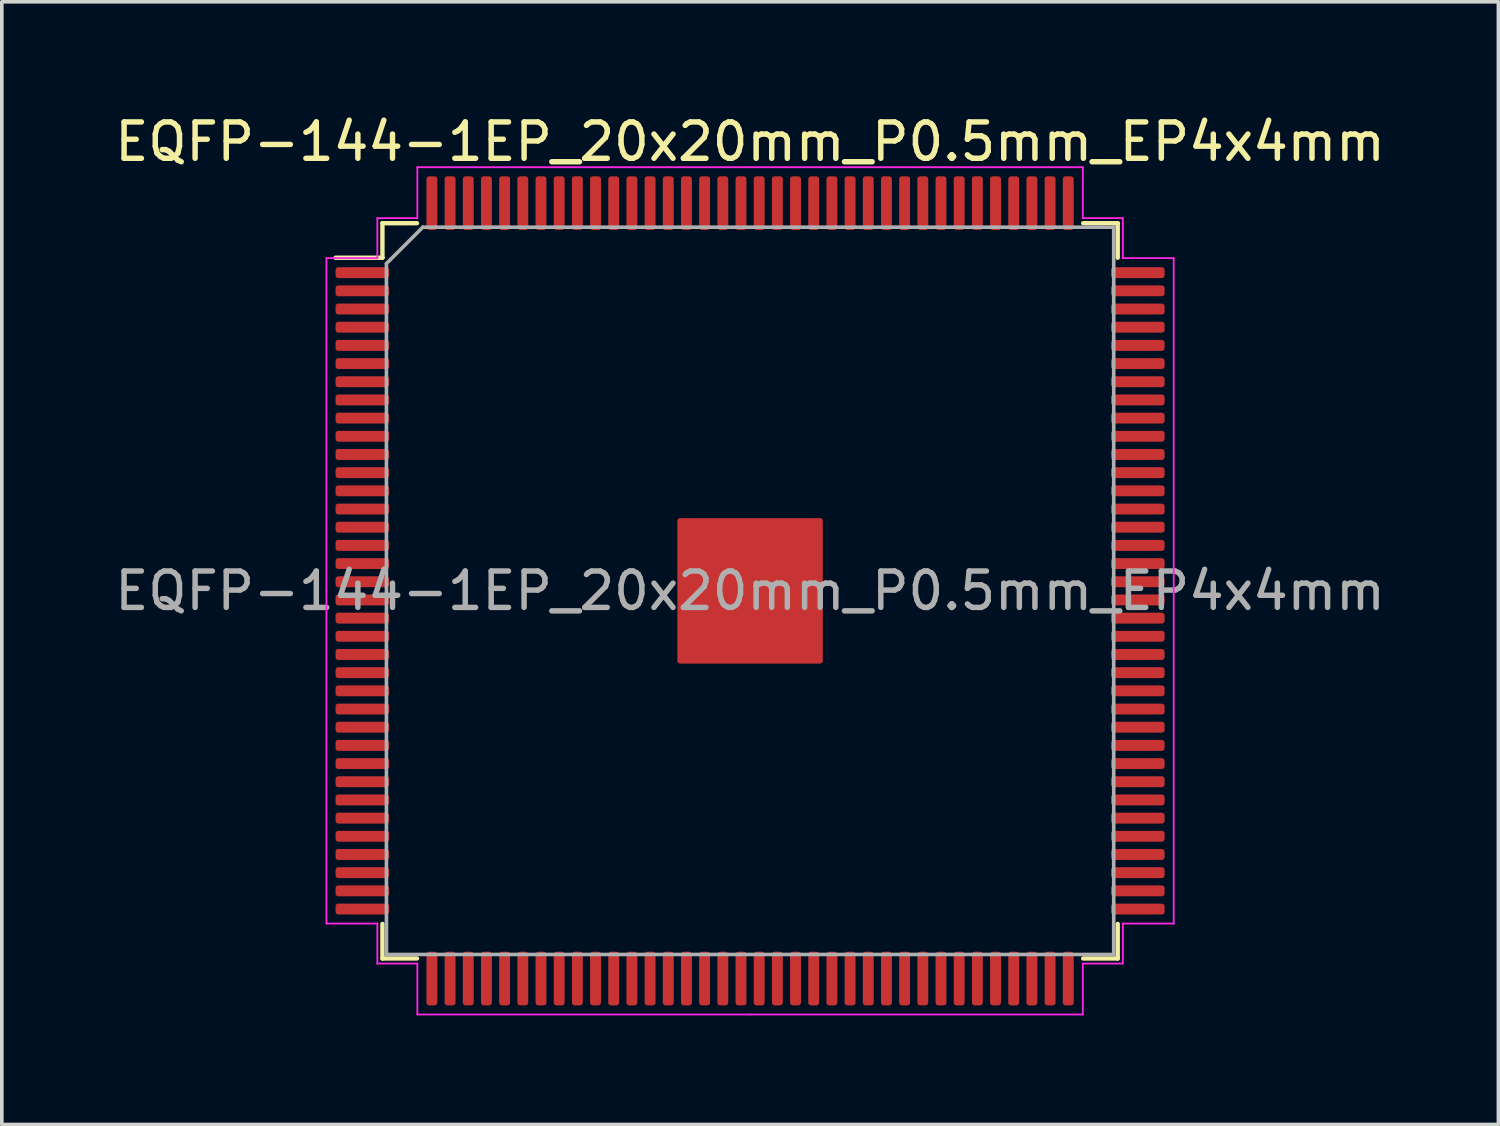
<source format=kicad_pcb>
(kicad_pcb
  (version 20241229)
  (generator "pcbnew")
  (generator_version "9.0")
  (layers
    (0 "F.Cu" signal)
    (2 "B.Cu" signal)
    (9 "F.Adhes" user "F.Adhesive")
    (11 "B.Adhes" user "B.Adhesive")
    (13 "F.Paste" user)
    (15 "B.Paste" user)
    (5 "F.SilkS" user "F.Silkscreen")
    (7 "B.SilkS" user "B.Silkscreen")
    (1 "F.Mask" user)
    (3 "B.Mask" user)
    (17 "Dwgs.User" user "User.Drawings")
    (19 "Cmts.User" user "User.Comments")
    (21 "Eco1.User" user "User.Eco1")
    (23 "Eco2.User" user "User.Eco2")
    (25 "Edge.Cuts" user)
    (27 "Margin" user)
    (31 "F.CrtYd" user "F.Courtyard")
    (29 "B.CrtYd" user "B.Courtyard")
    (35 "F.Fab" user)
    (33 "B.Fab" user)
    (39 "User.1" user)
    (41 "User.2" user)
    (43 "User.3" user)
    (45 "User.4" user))
  (footprint "EQFP-144-1EP_20x20mm_P0.5mm_EP4x4mm"
    (layer "F.Cu")
    (at 17.577 13.198)
    (property "Reference" "EQFP-144-1EP_20x20mm_P0.5mm_EP4x4mm" (at 0 -12.35 0) (layer "F.SilkS") (effects (font (size 1 1) (thickness 0.15))))
    (attr smd)
    (fp_line (start -10.11 -10.11) (end -10.11 -9.16) (stroke (width 0.12) (type solid)) (layer "F.SilkS"))
    (fp_line (start -10.11 -9.16) (end -11.4 -9.16) (stroke (width 0.12) (type solid)) (layer "F.SilkS"))
    (fp_line (start -10.11 10.11) (end -10.11 9.16) (stroke (width 0.12) (type solid)) (layer "F.SilkS"))
    (fp_line (start -9.16 -10.11) (end -10.11 -10.11) (stroke (width 0.12) (type solid)) (layer "F.SilkS"))
    (fp_line (start -9.16 10.11) (end -10.11 10.11) (stroke (width 0.12) (type solid)) (layer "F.SilkS"))
    (fp_line (start 9.16 -10.11) (end 10.11 -10.11) (stroke (width 0.12) (type solid)) (layer "F.SilkS"))
    (fp_line (start 9.16 10.11) (end 10.11 10.11) (stroke (width 0.12) (type solid)) (layer "F.SilkS"))
    (fp_line (start 10.11 -10.11) (end 10.11 -9.16) (stroke (width 0.12) (type solid)) (layer "F.SilkS"))
    (fp_line (start 10.11 10.11) (end 10.11 9.16) (stroke (width 0.12) (type solid)) (layer "F.SilkS"))
    (fp_line (start -11.65 -9.15) (end -11.65 0) (stroke (width 0.05) (type solid)) (layer "F.CrtYd"))
    (fp_line (start -11.65 9.15) (end -11.65 0) (stroke (width 0.05) (type solid)) (layer "F.CrtYd"))
    (fp_line (start -10.25 -10.25) (end -10.25 -9.15) (stroke (width 0.05) (type solid)) (layer "F.CrtYd"))
    (fp_line (start -10.25 -9.15) (end -11.65 -9.15) (stroke (width 0.05) (type solid)) (layer "F.CrtYd"))
    (fp_line (start -10.25 9.15) (end -11.65 9.15) (stroke (width 0.05) (type solid)) (layer "F.CrtYd"))
    (fp_line (start -10.25 10.25) (end -10.25 9.15) (stroke (width 0.05) (type solid)) (layer "F.CrtYd"))
    (fp_line (start -9.15 -11.65) (end -9.15 -10.25) (stroke (width 0.05) (type solid)) (layer "F.CrtYd"))
    (fp_line (start -9.15 -10.25) (end -10.25 -10.25) (stroke (width 0.05) (type solid)) (layer "F.CrtYd"))
    (fp_line (start -9.15 10.25) (end -10.25 10.25) (stroke (width 0.05) (type solid)) (layer "F.CrtYd"))
    (fp_line (start -9.15 11.65) (end -9.15 10.25) (stroke (width 0.05) (type solid)) (layer "F.CrtYd"))
    (fp_line (start 0 -11.65) (end -9.15 -11.65) (stroke (width 0.05) (type solid)) (layer "F.CrtYd"))
    (fp_line (start 0 -11.65) (end 9.15 -11.65) (stroke (width 0.05) (type solid)) (layer "F.CrtYd"))
    (fp_line (start 0 11.65) (end -9.15 11.65) (stroke (width 0.05) (type solid)) (layer "F.CrtYd"))
    (fp_line (start 0 11.65) (end 9.15 11.65) (stroke (width 0.05) (type solid)) (layer "F.CrtYd"))
    (fp_line (start 9.15 -11.65) (end 9.15 -10.25) (stroke (width 0.05) (type solid)) (layer "F.CrtYd"))
    (fp_line (start 9.15 -10.25) (end 10.25 -10.25) (stroke (width 0.05) (type solid)) (layer "F.CrtYd"))
    (fp_line (start 9.15 10.25) (end 10.25 10.25) (stroke (width 0.05) (type solid)) (layer "F.CrtYd"))
    (fp_line (start 9.15 11.65) (end 9.15 10.25) (stroke (width 0.05) (type solid)) (layer "F.CrtYd"))
    (fp_line (start 10.25 -10.25) (end 10.25 -9.15) (stroke (width 0.05) (type solid)) (layer "F.CrtYd"))
    (fp_line (start 10.25 -9.15) (end 11.65 -9.15) (stroke (width 0.05) (type solid)) (layer "F.CrtYd"))
    (fp_line (start 10.25 9.15) (end 11.65 9.15) (stroke (width 0.05) (type solid)) (layer "F.CrtYd"))
    (fp_line (start 10.25 10.25) (end 10.25 9.15) (stroke (width 0.05) (type solid)) (layer "F.CrtYd"))
    (fp_line (start 11.65 -9.15) (end 11.65 0) (stroke (width 0.05) (type solid)) (layer "F.CrtYd"))
    (fp_line (start 11.65 9.15) (end 11.65 0) (stroke (width 0.05) (type solid)) (layer "F.CrtYd"))
    (fp_line (start -10 -9) (end -9 -10) (stroke (width 0.1) (type solid)) (layer "F.Fab"))
    (fp_line (start -10 10) (end -10 -9) (stroke (width 0.1) (type solid)) (layer "F.Fab"))
    (fp_line (start -9 -10) (end 10 -10) (stroke (width 0.1) (type solid)) (layer "F.Fab"))
    (fp_line (start 10 -10) (end 10 10) (stroke (width 0.1) (type solid)) (layer "F.Fab"))
    (fp_line (start 10 10) (end -10 10) (stroke (width 0.1) (type solid)) (layer "F.Fab"))
    (fp_text user "${REFERENCE}" (at 0 0 0) (layer "F.Fab") (effects (font (size 1 1) (thickness 0.15))))
    (pad "" smd roundrect (at -1.33 -1.33) (size 1.07 1.07) (layers "F.Paste") (roundrect_rratio 0.234))
    (pad "" smd roundrect (at -1.33 0) (size 1.07 1.07) (layers "F.Paste") (roundrect_rratio 0.234))
    (pad "" smd roundrect (at -1.33 1.33) (size 1.07 1.07) (layers "F.Paste") (roundrect_rratio 0.234))
    (pad "" smd roundrect (at 0 -1.33) (size 1.07 1.07) (layers "F.Paste") (roundrect_rratio 0.234))
    (pad "" smd roundrect (at 0 0) (size 1.07 1.07) (layers "F.Paste") (roundrect_rratio 0.234))
    (pad "" smd roundrect (at 0 1.33) (size 1.07 1.07) (layers "F.Paste") (roundrect_rratio 0.234))
    (pad "" smd roundrect (at 1.33 -1.33) (size 1.07 1.07) (layers "F.Paste") (roundrect_rratio 0.234))
    (pad "" smd roundrect (at 1.33 0) (size 1.07 1.07) (layers "F.Paste") (roundrect_rratio 0.234))
    (pad "" smd roundrect (at 1.33 1.33) (size 1.07 1.07) (layers "F.Paste") (roundrect_rratio 0.234))
    (pad "1" smd roundrect (at -10.662 -8.75) (size 1.475 0.3) (layers "F.Cu" "F.Mask" "F.Paste") (roundrect_rratio 0.25))
    (pad "2" smd roundrect (at -10.662 -8.25) (size 1.475 0.3) (layers "F.Cu" "F.Mask" "F.Paste") (roundrect_rratio 0.25))
    (pad "3" smd roundrect (at -10.662 -7.75) (size 1.475 0.3) (layers "F.Cu" "F.Mask" "F.Paste") (roundrect_rratio 0.25))
    (pad "4" smd roundrect (at -10.662 -7.25) (size 1.475 0.3) (layers "F.Cu" "F.Mask" "F.Paste") (roundrect_rratio 0.25))
    (pad "5" smd roundrect (at -10.662 -6.75) (size 1.475 0.3) (layers "F.Cu" "F.Mask" "F.Paste") (roundrect_rratio 0.25))
    (pad "6" smd roundrect (at -10.662 -6.25) (size 1.475 0.3) (layers "F.Cu" "F.Mask" "F.Paste") (roundrect_rratio 0.25))
    (pad "7" smd roundrect (at -10.662 -5.75) (size 1.475 0.3) (layers "F.Cu" "F.Mask" "F.Paste") (roundrect_rratio 0.25))
    (pad "8" smd roundrect (at -10.662 -5.25) (size 1.475 0.3) (layers "F.Cu" "F.Mask" "F.Paste") (roundrect_rratio 0.25))
    (pad "9" smd roundrect (at -10.662 -4.75) (size 1.475 0.3) (layers "F.Cu" "F.Mask" "F.Paste") (roundrect_rratio 0.25))
    (pad "10" smd roundrect (at -10.662 -4.25) (size 1.475 0.3) (layers "F.Cu" "F.Mask" "F.Paste") (roundrect_rratio 0.25))
    (pad "11" smd roundrect (at -10.662 -3.75) (size 1.475 0.3) (layers "F.Cu" "F.Mask" "F.Paste") (roundrect_rratio 0.25))
    (pad "12" smd roundrect (at -10.662 -3.25) (size 1.475 0.3) (layers "F.Cu" "F.Mask" "F.Paste") (roundrect_rratio 0.25))
    (pad "13" smd roundrect (at -10.662 -2.75) (size 1.475 0.3) (layers "F.Cu" "F.Mask" "F.Paste") (roundrect_rratio 0.25))
    (pad "14" smd roundrect (at -10.662 -2.25) (size 1.475 0.3) (layers "F.Cu" "F.Mask" "F.Paste") (roundrect_rratio 0.25))
    (pad "15" smd roundrect (at -10.662 -1.75) (size 1.475 0.3) (layers "F.Cu" "F.Mask" "F.Paste") (roundrect_rratio 0.25))
    (pad "16" smd roundrect (at -10.662 -1.25) (size 1.475 0.3) (layers "F.Cu" "F.Mask" "F.Paste") (roundrect_rratio 0.25))
    (pad "17" smd roundrect (at -10.662 -0.75) (size 1.475 0.3) (layers "F.Cu" "F.Mask" "F.Paste") (roundrect_rratio 0.25))
    (pad "18" smd roundrect (at -10.662 -0.25) (size 1.475 0.3) (layers "F.Cu" "F.Mask" "F.Paste") (roundrect_rratio 0.25))
    (pad "19" smd roundrect (at -10.662 0.25) (size 1.475 0.3) (layers "F.Cu" "F.Mask" "F.Paste") (roundrect_rratio 0.25))
    (pad "20" smd roundrect (at -10.662 0.75) (size 1.475 0.3) (layers "F.Cu" "F.Mask" "F.Paste") (roundrect_rratio 0.25))
    (pad "21" smd roundrect (at -10.662 1.25) (size 1.475 0.3) (layers "F.Cu" "F.Mask" "F.Paste") (roundrect_rratio 0.25))
    (pad "22" smd roundrect (at -10.662 1.75) (size 1.475 0.3) (layers "F.Cu" "F.Mask" "F.Paste") (roundrect_rratio 0.25))
    (pad "23" smd roundrect (at -10.662 2.25) (size 1.475 0.3) (layers "F.Cu" "F.Mask" "F.Paste") (roundrect_rratio 0.25))
    (pad "24" smd roundrect (at -10.662 2.75) (size 1.475 0.3) (layers "F.Cu" "F.Mask" "F.Paste") (roundrect_rratio 0.25))
    (pad "25" smd roundrect (at -10.662 3.25) (size 1.475 0.3) (layers "F.Cu" "F.Mask" "F.Paste") (roundrect_rratio 0.25))
    (pad "26" smd roundrect (at -10.662 3.75) (size 1.475 0.3) (layers "F.Cu" "F.Mask" "F.Paste") (roundrect_rratio 0.25))
    (pad "27" smd roundrect (at -10.662 4.25) (size 1.475 0.3) (layers "F.Cu" "F.Mask" "F.Paste") (roundrect_rratio 0.25))
    (pad "28" smd roundrect (at -10.662 4.75) (size 1.475 0.3) (layers "F.Cu" "F.Mask" "F.Paste") (roundrect_rratio 0.25))
    (pad "29" smd roundrect (at -10.662 5.25) (size 1.475 0.3) (layers "F.Cu" "F.Mask" "F.Paste") (roundrect_rratio 0.25))
    (pad "30" smd roundrect (at -10.662 5.75) (size 1.475 0.3) (layers "F.Cu" "F.Mask" "F.Paste") (roundrect_rratio 0.25))
    (pad "31" smd roundrect (at -10.662 6.25) (size 1.475 0.3) (layers "F.Cu" "F.Mask" "F.Paste") (roundrect_rratio 0.25))
    (pad "32" smd roundrect (at -10.662 6.75) (size 1.475 0.3) (layers "F.Cu" "F.Mask" "F.Paste") (roundrect_rratio 0.25))
    (pad "33" smd roundrect (at -10.662 7.25) (size 1.475 0.3) (layers "F.Cu" "F.Mask" "F.Paste") (roundrect_rratio 0.25))
    (pad "34" smd roundrect (at -10.662 7.75) (size 1.475 0.3) (layers "F.Cu" "F.Mask" "F.Paste") (roundrect_rratio 0.25))
    (pad "35" smd roundrect (at -10.662 8.25) (size 1.475 0.3) (layers "F.Cu" "F.Mask" "F.Paste") (roundrect_rratio 0.25))
    (pad "36" smd roundrect (at -10.662 8.75) (size 1.475 0.3) (layers "F.Cu" "F.Mask" "F.Paste") (roundrect_rratio 0.25))
    (pad "37" smd roundrect (at -8.75 10.662) (size 0.3 1.475) (layers "F.Cu" "F.Mask" "F.Paste") (roundrect_rratio 0.25))
    (pad "38" smd roundrect (at -8.25 10.662) (size 0.3 1.475) (layers "F.Cu" "F.Mask" "F.Paste") (roundrect_rratio 0.25))
    (pad "39" smd roundrect (at -7.75 10.662) (size 0.3 1.475) (layers "F.Cu" "F.Mask" "F.Paste") (roundrect_rratio 0.25))
    (pad "40" smd roundrect (at -7.25 10.662) (size 0.3 1.475) (layers "F.Cu" "F.Mask" "F.Paste") (roundrect_rratio 0.25))
    (pad "41" smd roundrect (at -6.75 10.662) (size 0.3 1.475) (layers "F.Cu" "F.Mask" "F.Paste") (roundrect_rratio 0.25))
    (pad "42" smd roundrect (at -6.25 10.662) (size 0.3 1.475) (layers "F.Cu" "F.Mask" "F.Paste") (roundrect_rratio 0.25))
    (pad "43" smd roundrect (at -5.75 10.662) (size 0.3 1.475) (layers "F.Cu" "F.Mask" "F.Paste") (roundrect_rratio 0.25))
    (pad "44" smd roundrect (at -5.25 10.662) (size 0.3 1.475) (layers "F.Cu" "F.Mask" "F.Paste") (roundrect_rratio 0.25))
    (pad "45" smd roundrect (at -4.75 10.662) (size 0.3 1.475) (layers "F.Cu" "F.Mask" "F.Paste") (roundrect_rratio 0.25))
    (pad "46" smd roundrect (at -4.25 10.662) (size 0.3 1.475) (layers "F.Cu" "F.Mask" "F.Paste") (roundrect_rratio 0.25))
    (pad "47" smd roundrect (at -3.75 10.662) (size 0.3 1.475) (layers "F.Cu" "F.Mask" "F.Paste") (roundrect_rratio 0.25))
    (pad "48" smd roundrect (at -3.25 10.662) (size 0.3 1.475) (layers "F.Cu" "F.Mask" "F.Paste") (roundrect_rratio 0.25))
    (pad "49" smd roundrect (at -2.75 10.662) (size 0.3 1.475) (layers "F.Cu" "F.Mask" "F.Paste") (roundrect_rratio 0.25))
    (pad "50" smd roundrect (at -2.25 10.662) (size 0.3 1.475) (layers "F.Cu" "F.Mask" "F.Paste") (roundrect_rratio 0.25))
    (pad "51" smd roundrect (at -1.75 10.662) (size 0.3 1.475) (layers "F.Cu" "F.Mask" "F.Paste") (roundrect_rratio 0.25))
    (pad "52" smd roundrect (at -1.25 10.662) (size 0.3 1.475) (layers "F.Cu" "F.Mask" "F.Paste") (roundrect_rratio 0.25))
    (pad "53" smd roundrect (at -0.75 10.662) (size 0.3 1.475) (layers "F.Cu" "F.Mask" "F.Paste") (roundrect_rratio 0.25))
    (pad "54" smd roundrect (at -0.25 10.662) (size 0.3 1.475) (layers "F.Cu" "F.Mask" "F.Paste") (roundrect_rratio 0.25))
    (pad "55" smd roundrect (at 0.25 10.662) (size 0.3 1.475) (layers "F.Cu" "F.Mask" "F.Paste") (roundrect_rratio 0.25))
    (pad "56" smd roundrect (at 0.75 10.662) (size 0.3 1.475) (layers "F.Cu" "F.Mask" "F.Paste") (roundrect_rratio 0.25))
    (pad "57" smd roundrect (at 1.25 10.662) (size 0.3 1.475) (layers "F.Cu" "F.Mask" "F.Paste") (roundrect_rratio 0.25))
    (pad "58" smd roundrect (at 1.75 10.662) (size 0.3 1.475) (layers "F.Cu" "F.Mask" "F.Paste") (roundrect_rratio 0.25))
    (pad "59" smd roundrect (at 2.25 10.662) (size 0.3 1.475) (layers "F.Cu" "F.Mask" "F.Paste") (roundrect_rratio 0.25))
    (pad "60" smd roundrect (at 2.75 10.662) (size 0.3 1.475) (layers "F.Cu" "F.Mask" "F.Paste") (roundrect_rratio 0.25))
    (pad "61" smd roundrect (at 3.25 10.662) (size 0.3 1.475) (layers "F.Cu" "F.Mask" "F.Paste") (roundrect_rratio 0.25))
    (pad "62" smd roundrect (at 3.75 10.662) (size 0.3 1.475) (layers "F.Cu" "F.Mask" "F.Paste") (roundrect_rratio 0.25))
    (pad "63" smd roundrect (at 4.25 10.662) (size 0.3 1.475) (layers "F.Cu" "F.Mask" "F.Paste") (roundrect_rratio 0.25))
    (pad "64" smd roundrect (at 4.75 10.662) (size 0.3 1.475) (layers "F.Cu" "F.Mask" "F.Paste") (roundrect_rratio 0.25))
    (pad "65" smd roundrect (at 5.25 10.662) (size 0.3 1.475) (layers "F.Cu" "F.Mask" "F.Paste") (roundrect_rratio 0.25))
    (pad "66" smd roundrect (at 5.75 10.662) (size 0.3 1.475) (layers "F.Cu" "F.Mask" "F.Paste") (roundrect_rratio 0.25))
    (pad "67" smd roundrect (at 6.25 10.662) (size 0.3 1.475) (layers "F.Cu" "F.Mask" "F.Paste") (roundrect_rratio 0.25))
    (pad "68" smd roundrect (at 6.75 10.662) (size 0.3 1.475) (layers "F.Cu" "F.Mask" "F.Paste") (roundrect_rratio 0.25))
    (pad "69" smd roundrect (at 7.25 10.662) (size 0.3 1.475) (layers "F.Cu" "F.Mask" "F.Paste") (roundrect_rratio 0.25))
    (pad "70" smd roundrect (at 7.75 10.662) (size 0.3 1.475) (layers "F.Cu" "F.Mask" "F.Paste") (roundrect_rratio 0.25))
    (pad "71" smd roundrect (at 8.25 10.662) (size 0.3 1.475) (layers "F.Cu" "F.Mask" "F.Paste") (roundrect_rratio 0.25))
    (pad "72" smd roundrect (at 8.75 10.662) (size 0.3 1.475) (layers "F.Cu" "F.Mask" "F.Paste") (roundrect_rratio 0.25))
    (pad "73" smd roundrect (at 10.662 8.75) (size 1.475 0.3) (layers "F.Cu" "F.Mask" "F.Paste") (roundrect_rratio 0.25))
    (pad "74" smd roundrect (at 10.662 8.25) (size 1.475 0.3) (layers "F.Cu" "F.Mask" "F.Paste") (roundrect_rratio 0.25))
    (pad "75" smd roundrect (at 10.662 7.75) (size 1.475 0.3) (layers "F.Cu" "F.Mask" "F.Paste") (roundrect_rratio 0.25))
    (pad "76" smd roundrect (at 10.662 7.25) (size 1.475 0.3) (layers "F.Cu" "F.Mask" "F.Paste") (roundrect_rratio 0.25))
    (pad "77" smd roundrect (at 10.662 6.75) (size 1.475 0.3) (layers "F.Cu" "F.Mask" "F.Paste") (roundrect_rratio 0.25))
    (pad "78" smd roundrect (at 10.662 6.25) (size 1.475 0.3) (layers "F.Cu" "F.Mask" "F.Paste") (roundrect_rratio 0.25))
    (pad "79" smd roundrect (at 10.662 5.75) (size 1.475 0.3) (layers "F.Cu" "F.Mask" "F.Paste") (roundrect_rratio 0.25))
    (pad "80" smd roundrect (at 10.662 5.25) (size 1.475 0.3) (layers "F.Cu" "F.Mask" "F.Paste") (roundrect_rratio 0.25))
    (pad "81" smd roundrect (at 10.662 4.75) (size 1.475 0.3) (layers "F.Cu" "F.Mask" "F.Paste") (roundrect_rratio 0.25))
    (pad "82" smd roundrect (at 10.662 4.25) (size 1.475 0.3) (layers "F.Cu" "F.Mask" "F.Paste") (roundrect_rratio 0.25))
    (pad "83" smd roundrect (at 10.662 3.75) (size 1.475 0.3) (layers "F.Cu" "F.Mask" "F.Paste") (roundrect_rratio 0.25))
    (pad "84" smd roundrect (at 10.662 3.25) (size 1.475 0.3) (layers "F.Cu" "F.Mask" "F.Paste") (roundrect_rratio 0.25))
    (pad "85" smd roundrect (at 10.662 2.75) (size 1.475 0.3) (layers "F.Cu" "F.Mask" "F.Paste") (roundrect_rratio 0.25))
    (pad "86" smd roundrect (at 10.662 2.25) (size 1.475 0.3) (layers "F.Cu" "F.Mask" "F.Paste") (roundrect_rratio 0.25))
    (pad "87" smd roundrect (at 10.662 1.75) (size 1.475 0.3) (layers "F.Cu" "F.Mask" "F.Paste") (roundrect_rratio 0.25))
    (pad "88" smd roundrect (at 10.662 1.25) (size 1.475 0.3) (layers "F.Cu" "F.Mask" "F.Paste") (roundrect_rratio 0.25))
    (pad "89" smd roundrect (at 10.662 0.75) (size 1.475 0.3) (layers "F.Cu" "F.Mask" "F.Paste") (roundrect_rratio 0.25))
    (pad "90" smd roundrect (at 10.662 0.25) (size 1.475 0.3) (layers "F.Cu" "F.Mask" "F.Paste") (roundrect_rratio 0.25))
    (pad "91" smd roundrect (at 10.662 -0.25) (size 1.475 0.3) (layers "F.Cu" "F.Mask" "F.Paste") (roundrect_rratio 0.25))
    (pad "92" smd roundrect (at 10.662 -0.75) (size 1.475 0.3) (layers "F.Cu" "F.Mask" "F.Paste") (roundrect_rratio 0.25))
    (pad "93" smd roundrect (at 10.662 -1.25) (size 1.475 0.3) (layers "F.Cu" "F.Mask" "F.Paste") (roundrect_rratio 0.25))
    (pad "94" smd roundrect (at 10.662 -1.75) (size 1.475 0.3) (layers "F.Cu" "F.Mask" "F.Paste") (roundrect_rratio 0.25))
    (pad "95" smd roundrect (at 10.662 -2.25) (size 1.475 0.3) (layers "F.Cu" "F.Mask" "F.Paste") (roundrect_rratio 0.25))
    (pad "96" smd roundrect (at 10.662 -2.75) (size 1.475 0.3) (layers "F.Cu" "F.Mask" "F.Paste") (roundrect_rratio 0.25))
    (pad "97" smd roundrect (at 10.662 -3.25) (size 1.475 0.3) (layers "F.Cu" "F.Mask" "F.Paste") (roundrect_rratio 0.25))
    (pad "98" smd roundrect (at 10.662 -3.75) (size 1.475 0.3) (layers "F.Cu" "F.Mask" "F.Paste") (roundrect_rratio 0.25))
    (pad "99" smd roundrect (at 10.662 -4.25) (size 1.475 0.3) (layers "F.Cu" "F.Mask" "F.Paste") (roundrect_rratio 0.25))
    (pad "100" smd roundrect (at 10.662 -4.75) (size 1.475 0.3) (layers "F.Cu" "F.Mask" "F.Paste") (roundrect_rratio 0.25))
    (pad "101" smd roundrect (at 10.662 -5.25) (size 1.475 0.3) (layers "F.Cu" "F.Mask" "F.Paste") (roundrect_rratio 0.25))
    (pad "102" smd roundrect (at 10.662 -5.75) (size 1.475 0.3) (layers "F.Cu" "F.Mask" "F.Paste") (roundrect_rratio 0.25))
    (pad "103" smd roundrect (at 10.662 -6.25) (size 1.475 0.3) (layers "F.Cu" "F.Mask" "F.Paste") (roundrect_rratio 0.25))
    (pad "104" smd roundrect (at 10.662 -6.75) (size 1.475 0.3) (layers "F.Cu" "F.Mask" "F.Paste") (roundrect_rratio 0.25))
    (pad "105" smd roundrect (at 10.662 -7.25) (size 1.475 0.3) (layers "F.Cu" "F.Mask" "F.Paste") (roundrect_rratio 0.25))
    (pad "106" smd roundrect (at 10.662 -7.75) (size 1.475 0.3) (layers "F.Cu" "F.Mask" "F.Paste") (roundrect_rratio 0.25))
    (pad "107" smd roundrect (at 10.662 -8.25) (size 1.475 0.3) (layers "F.Cu" "F.Mask" "F.Paste") (roundrect_rratio 0.25))
    (pad "108" smd roundrect (at 10.662 -8.75) (size 1.475 0.3) (layers "F.Cu" "F.Mask" "F.Paste") (roundrect_rratio 0.25))
    (pad "109" smd roundrect (at 8.75 -10.662) (size 0.3 1.475) (layers "F.Cu" "F.Mask" "F.Paste") (roundrect_rratio 0.25))
    (pad "110" smd roundrect (at 8.25 -10.662) (size 0.3 1.475) (layers "F.Cu" "F.Mask" "F.Paste") (roundrect_rratio 0.25))
    (pad "111" smd roundrect (at 7.75 -10.662) (size 0.3 1.475) (layers "F.Cu" "F.Mask" "F.Paste") (roundrect_rratio 0.25))
    (pad "112" smd roundrect (at 7.25 -10.662) (size 0.3 1.475) (layers "F.Cu" "F.Mask" "F.Paste") (roundrect_rratio 0.25))
    (pad "113" smd roundrect (at 6.75 -10.662) (size 0.3 1.475) (layers "F.Cu" "F.Mask" "F.Paste") (roundrect_rratio 0.25))
    (pad "114" smd roundrect (at 6.25 -10.662) (size 0.3 1.475) (layers "F.Cu" "F.Mask" "F.Paste") (roundrect_rratio 0.25))
    (pad "115" smd roundrect (at 5.75 -10.662) (size 0.3 1.475) (layers "F.Cu" "F.Mask" "F.Paste") (roundrect_rratio 0.25))
    (pad "116" smd roundrect (at 5.25 -10.662) (size 0.3 1.475) (layers "F.Cu" "F.Mask" "F.Paste") (roundrect_rratio 0.25))
    (pad "117" smd roundrect (at 4.75 -10.662) (size 0.3 1.475) (layers "F.Cu" "F.Mask" "F.Paste") (roundrect_rratio 0.25))
    (pad "118" smd roundrect (at 4.25 -10.662) (size 0.3 1.475) (layers "F.Cu" "F.Mask" "F.Paste") (roundrect_rratio 0.25))
    (pad "119" smd roundrect (at 3.75 -10.662) (size 0.3 1.475) (layers "F.Cu" "F.Mask" "F.Paste") (roundrect_rratio 0.25))
    (pad "120" smd roundrect (at 3.25 -10.662) (size 0.3 1.475) (layers "F.Cu" "F.Mask" "F.Paste") (roundrect_rratio 0.25))
    (pad "121" smd roundrect (at 2.75 -10.662) (size 0.3 1.475) (layers "F.Cu" "F.Mask" "F.Paste") (roundrect_rratio 0.25))
    (pad "122" smd roundrect (at 2.25 -10.662) (size 0.3 1.475) (layers "F.Cu" "F.Mask" "F.Paste") (roundrect_rratio 0.25))
    (pad "123" smd roundrect (at 1.75 -10.662) (size 0.3 1.475) (layers "F.Cu" "F.Mask" "F.Paste") (roundrect_rratio 0.25))
    (pad "124" smd roundrect (at 1.25 -10.662) (size 0.3 1.475) (layers "F.Cu" "F.Mask" "F.Paste") (roundrect_rratio 0.25))
    (pad "125" smd roundrect (at 0.75 -10.662) (size 0.3 1.475) (layers "F.Cu" "F.Mask" "F.Paste") (roundrect_rratio 0.25))
    (pad "126" smd roundrect (at 0.25 -10.662) (size 0.3 1.475) (layers "F.Cu" "F.Mask" "F.Paste") (roundrect_rratio 0.25))
    (pad "127" smd roundrect (at -0.25 -10.662) (size 0.3 1.475) (layers "F.Cu" "F.Mask" "F.Paste") (roundrect_rratio 0.25))
    (pad "128" smd roundrect (at -0.75 -10.662) (size 0.3 1.475) (layers "F.Cu" "F.Mask" "F.Paste") (roundrect_rratio 0.25))
    (pad "129" smd roundrect (at -1.25 -10.662) (size 0.3 1.475) (layers "F.Cu" "F.Mask" "F.Paste") (roundrect_rratio 0.25))
    (pad "130" smd roundrect (at -1.75 -10.662) (size 0.3 1.475) (layers "F.Cu" "F.Mask" "F.Paste") (roundrect_rratio 0.25))
    (pad "131" smd roundrect (at -2.25 -10.662) (size 0.3 1.475) (layers "F.Cu" "F.Mask" "F.Paste") (roundrect_rratio 0.25))
    (pad "132" smd roundrect (at -2.75 -10.662) (size 0.3 1.475) (layers "F.Cu" "F.Mask" "F.Paste") (roundrect_rratio 0.25))
    (pad "133" smd roundrect (at -3.25 -10.662) (size 0.3 1.475) (layers "F.Cu" "F.Mask" "F.Paste") (roundrect_rratio 0.25))
    (pad "134" smd roundrect (at -3.75 -10.662) (size 0.3 1.475) (layers "F.Cu" "F.Mask" "F.Paste") (roundrect_rratio 0.25))
    (pad "135" smd roundrect (at -4.25 -10.662) (size 0.3 1.475) (layers "F.Cu" "F.Mask" "F.Paste") (roundrect_rratio 0.25))
    (pad "136" smd roundrect (at -4.75 -10.662) (size 0.3 1.475) (layers "F.Cu" "F.Mask" "F.Paste") (roundrect_rratio 0.25))
    (pad "137" smd roundrect (at -5.25 -10.662) (size 0.3 1.475) (layers "F.Cu" "F.Mask" "F.Paste") (roundrect_rratio 0.25))
    (pad "138" smd roundrect (at -5.75 -10.662) (size 0.3 1.475) (layers "F.Cu" "F.Mask" "F.Paste") (roundrect_rratio 0.25))
    (pad "139" smd roundrect (at -6.25 -10.662) (size 0.3 1.475) (layers "F.Cu" "F.Mask" "F.Paste") (roundrect_rratio 0.25))
    (pad "140" smd roundrect (at -6.75 -10.662) (size 0.3 1.475) (layers "F.Cu" "F.Mask" "F.Paste") (roundrect_rratio 0.25))
    (pad "141" smd roundrect (at -7.25 -10.662) (size 0.3 1.475) (layers "F.Cu" "F.Mask" "F.Paste") (roundrect_rratio 0.25))
    (pad "142" smd roundrect (at -7.75 -10.662) (size 0.3 1.475) (layers "F.Cu" "F.Mask" "F.Paste") (roundrect_rratio 0.25))
    (pad "143" smd roundrect (at -8.25 -10.662) (size 0.3 1.475) (layers "F.Cu" "F.Mask" "F.Paste") (roundrect_rratio 0.25))
    (pad "144" smd roundrect (at -8.75 -10.662) (size 0.3 1.475) (layers "F.Cu" "F.Mask" "F.Paste") (roundrect_rratio 0.25))
    (pad "145" smd roundrect (at 0 0) (size 4 4) (layers "F.Cu" "F.Mask") (roundrect_rratio 0.019)))
  (gr_rect
    (start -3 -3)
    (end 38.155 27.873)
    (stroke (width 0.1) (type default))
    (fill no)
    (layer "Edge.Cuts")))
</source>
